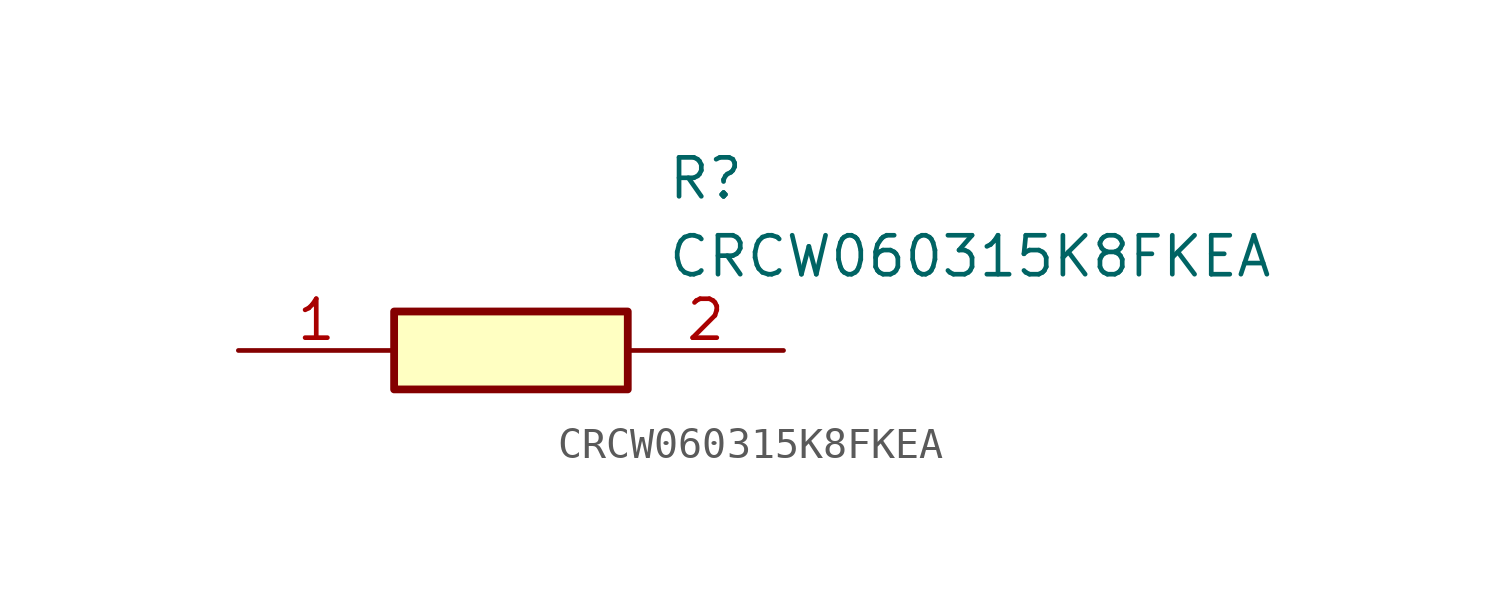
<source format=kicad_sym>
(kicad_symbol_lib
  (version 20211014)
  (generator SamacSys_ECAD_Model)
  (symbol "CRCW060315K8FKEA"
    (pin_names hide)
    (property "Reference" "R"
      (at 13.97 6.35 0)
      (effects (font (size 1.27 1.27)) (justify left top)))
    (property "Value" "CRCW060315K8FKEA"
      (at 13.97 3.81 0)
      (effects (font (size 1.27 1.27)) (justify left top)))
    (rectangle
      (start 5.08 1.27)
      (end 12.7 -1.27)
      (stroke (width 0.254) (type default))
      (fill (type background)))
    (pin passive line
      (at 0 0 0)
      (length 5.08)
      (name "1" (effects (font (size 1.27 1.27))))
      (number "1" (effects (font (size 1.27 1.27)))))
    (pin passive line
      (at 17.78 0 180)
      (length 5.08)
      (name "2" (effects (font (size 1.27 1.27))))
      (number "2" (effects (font (size 1.27 1.27)))))))
</source>
